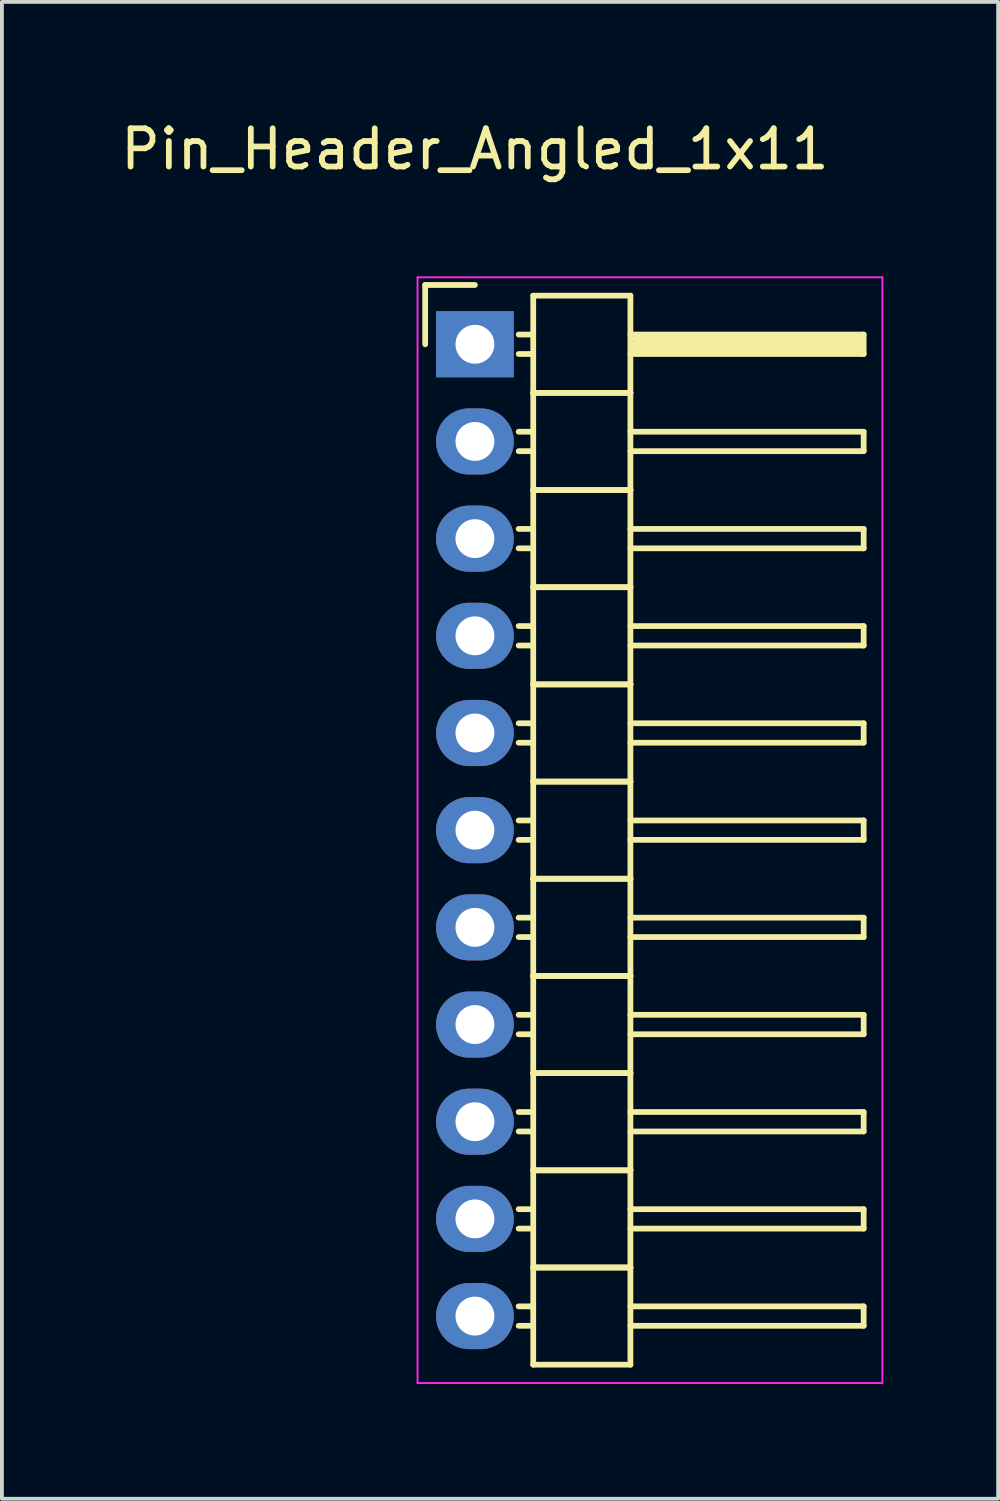
<source format=kicad_pcb>
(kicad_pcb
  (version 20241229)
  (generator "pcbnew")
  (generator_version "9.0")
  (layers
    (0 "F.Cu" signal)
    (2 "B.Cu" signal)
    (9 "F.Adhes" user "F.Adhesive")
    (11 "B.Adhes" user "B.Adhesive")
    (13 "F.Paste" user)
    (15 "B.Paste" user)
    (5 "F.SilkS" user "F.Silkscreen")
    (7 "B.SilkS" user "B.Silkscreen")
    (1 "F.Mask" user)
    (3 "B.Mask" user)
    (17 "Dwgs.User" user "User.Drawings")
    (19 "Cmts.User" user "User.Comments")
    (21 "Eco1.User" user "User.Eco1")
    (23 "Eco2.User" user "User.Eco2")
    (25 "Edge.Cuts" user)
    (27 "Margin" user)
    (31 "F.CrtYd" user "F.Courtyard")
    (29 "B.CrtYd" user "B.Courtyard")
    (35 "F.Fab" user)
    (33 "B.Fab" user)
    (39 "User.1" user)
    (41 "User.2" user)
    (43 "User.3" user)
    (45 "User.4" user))
  (footprint "Pin_Header_Angled_1x11"
    (layer "F.Cu")
    (at 9.363 5.948)
    (property "Reference" "Pin_Header_Angled_1x11" (at 0 -5.1 0) (layer "F.SilkS") (effects (font (size 1 1) (thickness 0.15))))
    (attr through_hole)
    (fp_line (start -1.3 -1.55) (end -1.3 0) (stroke (width 0.15) (type solid)) (layer "F.SilkS"))
    (fp_line (start 0 -1.55) (end -1.3 -1.55) (stroke (width 0.15) (type solid)) (layer "F.SilkS"))
    (fp_line (start 1.524 -1.27) (end 1.524 1.27) (stroke (width 0.15) (type solid)) (layer "F.SilkS"))
    (fp_line (start 1.524 -1.27) (end 4.064 -1.27) (stroke (width 0.15) (type solid)) (layer "F.SilkS"))
    (fp_line (start 1.524 -0.254) (end 1.143 -0.254) (stroke (width 0.15) (type solid)) (layer "F.SilkS"))
    (fp_line (start 1.524 0.254) (end 1.143 0.254) (stroke (width 0.15) (type solid)) (layer "F.SilkS"))
    (fp_line (start 1.524 1.27) (end 1.524 3.81) (stroke (width 0.15) (type solid)) (layer "F.SilkS"))
    (fp_line (start 1.524 1.27) (end 4.064 1.27) (stroke (width 0.15) (type solid)) (layer "F.SilkS"))
    (fp_line (start 1.524 1.27) (end 4.064 1.27) (stroke (width 0.15) (type solid)) (layer "F.SilkS"))
    (fp_line (start 1.524 2.286) (end 1.143 2.286) (stroke (width 0.15) (type solid)) (layer "F.SilkS"))
    (fp_line (start 1.524 2.794) (end 1.143 2.794) (stroke (width 0.15) (type solid)) (layer "F.SilkS"))
    (fp_line (start 1.524 3.81) (end 1.524 6.35) (stroke (width 0.15) (type solid)) (layer "F.SilkS"))
    (fp_line (start 1.524 3.81) (end 4.064 3.81) (stroke (width 0.15) (type solid)) (layer "F.SilkS"))
    (fp_line (start 1.524 3.81) (end 4.064 3.81) (stroke (width 0.15) (type solid)) (layer "F.SilkS"))
    (fp_line (start 1.524 4.826) (end 1.143 4.826) (stroke (width 0.15) (type solid)) (layer "F.SilkS"))
    (fp_line (start 1.524 5.334) (end 1.143 5.334) (stroke (width 0.15) (type solid)) (layer "F.SilkS"))
    (fp_line (start 1.524 6.35) (end 1.524 8.89) (stroke (width 0.15) (type solid)) (layer "F.SilkS"))
    (fp_line (start 1.524 6.35) (end 4.064 6.35) (stroke (width 0.15) (type solid)) (layer "F.SilkS"))
    (fp_line (start 1.524 6.35) (end 4.064 6.35) (stroke (width 0.15) (type solid)) (layer "F.SilkS"))
    (fp_line (start 1.524 7.366) (end 1.143 7.366) (stroke (width 0.15) (type solid)) (layer "F.SilkS"))
    (fp_line (start 1.524 7.874) (end 1.143 7.874) (stroke (width 0.15) (type solid)) (layer "F.SilkS"))
    (fp_line (start 1.524 8.89) (end 1.524 11.43) (stroke (width 0.15) (type solid)) (layer "F.SilkS"))
    (fp_line (start 1.524 8.89) (end 4.064 8.89) (stroke (width 0.15) (type solid)) (layer "F.SilkS"))
    (fp_line (start 1.524 8.89) (end 4.064 8.89) (stroke (width 0.15) (type solid)) (layer "F.SilkS"))
    (fp_line (start 1.524 9.906) (end 1.143 9.906) (stroke (width 0.15) (type solid)) (layer "F.SilkS"))
    (fp_line (start 1.524 10.414) (end 1.143 10.414) (stroke (width 0.15) (type solid)) (layer "F.SilkS"))
    (fp_line (start 1.524 11.43) (end 1.524 13.97) (stroke (width 0.15) (type solid)) (layer "F.SilkS"))
    (fp_line (start 1.524 11.43) (end 4.064 11.43) (stroke (width 0.15) (type solid)) (layer "F.SilkS"))
    (fp_line (start 1.524 11.43) (end 4.064 11.43) (stroke (width 0.15) (type solid)) (layer "F.SilkS"))
    (fp_line (start 1.524 12.446) (end 1.143 12.446) (stroke (width 0.15) (type solid)) (layer "F.SilkS"))
    (fp_line (start 1.524 12.954) (end 1.143 12.954) (stroke (width 0.15) (type solid)) (layer "F.SilkS"))
    (fp_line (start 1.524 13.97) (end 1.524 16.51) (stroke (width 0.15) (type solid)) (layer "F.SilkS"))
    (fp_line (start 1.524 13.97) (end 4.064 13.97) (stroke (width 0.15) (type solid)) (layer "F.SilkS"))
    (fp_line (start 1.524 13.97) (end 4.064 13.97) (stroke (width 0.15) (type solid)) (layer "F.SilkS"))
    (fp_line (start 1.524 14.986) (end 1.143 14.986) (stroke (width 0.15) (type solid)) (layer "F.SilkS"))
    (fp_line (start 1.524 15.494) (end 1.143 15.494) (stroke (width 0.15) (type solid)) (layer "F.SilkS"))
    (fp_line (start 1.524 16.51) (end 1.524 19.05) (stroke (width 0.15) (type solid)) (layer "F.SilkS"))
    (fp_line (start 1.524 16.51) (end 4.064 16.51) (stroke (width 0.15) (type solid)) (layer "F.SilkS"))
    (fp_line (start 1.524 16.51) (end 4.064 16.51) (stroke (width 0.15) (type solid)) (layer "F.SilkS"))
    (fp_line (start 1.524 17.526) (end 1.143 17.526) (stroke (width 0.15) (type solid)) (layer "F.SilkS"))
    (fp_line (start 1.524 18.034) (end 1.143 18.034) (stroke (width 0.15) (type solid)) (layer "F.SilkS"))
    (fp_line (start 1.524 19.05) (end 1.524 21.59) (stroke (width 0.15) (type solid)) (layer "F.SilkS"))
    (fp_line (start 1.524 19.05) (end 4.064 19.05) (stroke (width 0.15) (type solid)) (layer "F.SilkS"))
    (fp_line (start 1.524 19.05) (end 4.064 19.05) (stroke (width 0.15) (type solid)) (layer "F.SilkS"))
    (fp_line (start 1.524 20.066) (end 1.143 20.066) (stroke (width 0.15) (type solid)) (layer "F.SilkS"))
    (fp_line (start 1.524 20.574) (end 1.143 20.574) (stroke (width 0.15) (type solid)) (layer "F.SilkS"))
    (fp_line (start 1.524 21.59) (end 1.524 24.13) (stroke (width 0.15) (type solid)) (layer "F.SilkS"))
    (fp_line (start 1.524 21.59) (end 4.064 21.59) (stroke (width 0.15) (type solid)) (layer "F.SilkS"))
    (fp_line (start 1.524 21.59) (end 4.064 21.59) (stroke (width 0.15) (type solid)) (layer "F.SilkS"))
    (fp_line (start 1.524 22.606) (end 1.143 22.606) (stroke (width 0.15) (type solid)) (layer "F.SilkS"))
    (fp_line (start 1.524 23.114) (end 1.143 23.114) (stroke (width 0.15) (type solid)) (layer "F.SilkS"))
    (fp_line (start 1.524 24.13) (end 1.524 26.67) (stroke (width 0.15) (type solid)) (layer "F.SilkS"))
    (fp_line (start 1.524 24.13) (end 4.064 24.13) (stroke (width 0.15) (type solid)) (layer "F.SilkS"))
    (fp_line (start 1.524 24.13) (end 4.064 24.13) (stroke (width 0.15) (type solid)) (layer "F.SilkS"))
    (fp_line (start 1.524 25.146) (end 1.143 25.146) (stroke (width 0.15) (type solid)) (layer "F.SilkS"))
    (fp_line (start 1.524 25.654) (end 1.143 25.654) (stroke (width 0.15) (type solid)) (layer "F.SilkS"))
    (fp_line (start 1.524 26.67) (end 4.064 26.67) (stroke (width 0.15) (type solid)) (layer "F.SilkS"))
    (fp_line (start 4.064 -0.254) (end 10.16 -0.254) (stroke (width 0.15) (type solid)) (layer "F.SilkS"))
    (fp_line (start 4.064 1.27) (end 4.064 -1.27) (stroke (width 0.15) (type solid)) (layer "F.SilkS"))
    (fp_line (start 4.064 2.286) (end 10.16 2.286) (stroke (width 0.15) (type solid)) (layer "F.SilkS"))
    (fp_line (start 4.064 3.81) (end 4.064 1.27) (stroke (width 0.15) (type solid)) (layer "F.SilkS"))
    (fp_line (start 4.064 4.826) (end 10.16 4.826) (stroke (width 0.15) (type solid)) (layer "F.SilkS"))
    (fp_line (start 4.064 6.35) (end 4.064 3.81) (stroke (width 0.15) (type solid)) (layer "F.SilkS"))
    (fp_line (start 4.064 7.366) (end 10.16 7.366) (stroke (width 0.15) (type solid)) (layer "F.SilkS"))
    (fp_line (start 4.064 8.89) (end 4.064 6.35) (stroke (width 0.15) (type solid)) (layer "F.SilkS"))
    (fp_line (start 4.064 9.906) (end 10.16 9.906) (stroke (width 0.15) (type solid)) (layer "F.SilkS"))
    (fp_line (start 4.064 11.43) (end 4.064 8.89) (stroke (width 0.15) (type solid)) (layer "F.SilkS"))
    (fp_line (start 4.064 12.446) (end 10.16 12.446) (stroke (width 0.15) (type solid)) (layer "F.SilkS"))
    (fp_line (start 4.064 13.97) (end 4.064 11.43) (stroke (width 0.15) (type solid)) (layer "F.SilkS"))
    (fp_line (start 4.064 14.986) (end 10.16 14.986) (stroke (width 0.15) (type solid)) (layer "F.SilkS"))
    (fp_line (start 4.064 16.51) (end 4.064 13.97) (stroke (width 0.15) (type solid)) (layer "F.SilkS"))
    (fp_line (start 4.064 17.526) (end 10.16 17.526) (stroke (width 0.15) (type solid)) (layer "F.SilkS"))
    (fp_line (start 4.064 19.05) (end 4.064 16.51) (stroke (width 0.15) (type solid)) (layer "F.SilkS"))
    (fp_line (start 4.064 20.066) (end 10.16 20.066) (stroke (width 0.15) (type solid)) (layer "F.SilkS"))
    (fp_line (start 4.064 21.59) (end 4.064 19.05) (stroke (width 0.15) (type solid)) (layer "F.SilkS"))
    (fp_line (start 4.064 22.606) (end 10.16 22.606) (stroke (width 0.15) (type solid)) (layer "F.SilkS"))
    (fp_line (start 4.064 24.13) (end 4.064 21.59) (stroke (width 0.15) (type solid)) (layer "F.SilkS"))
    (fp_line (start 4.064 25.146) (end 10.16 25.146) (stroke (width 0.15) (type solid)) (layer "F.SilkS"))
    (fp_line (start 4.064 26.67) (end 4.064 24.13) (stroke (width 0.15) (type solid)) (layer "F.SilkS"))
    (fp_line (start 4.191 -0.127) (end 10.033 -0.127) (stroke (width 0.15) (type solid)) (layer "F.SilkS"))
    (fp_line (start 4.191 0) (end 10.033 0) (stroke (width 0.15) (type solid)) (layer "F.SilkS"))
    (fp_line (start 4.191 0.127) (end 4.191 0) (stroke (width 0.15) (type solid)) (layer "F.SilkS"))
    (fp_line (start 10.033 -0.127) (end 10.033 0.127) (stroke (width 0.15) (type solid)) (layer "F.SilkS"))
    (fp_line (start 10.033 0.127) (end 4.191 0.127) (stroke (width 0.15) (type solid)) (layer "F.SilkS"))
    (fp_line (start 10.16 -0.254) (end 10.16 0.254) (stroke (width 0.15) (type solid)) (layer "F.SilkS"))
    (fp_line (start 10.16 0.254) (end 4.064 0.254) (stroke (width 0.15) (type solid)) (layer "F.SilkS"))
    (fp_line (start 10.16 2.286) (end 10.16 2.794) (stroke (width 0.15) (type solid)) (layer "F.SilkS"))
    (fp_line (start 10.16 2.794) (end 4.064 2.794) (stroke (width 0.15) (type solid)) (layer "F.SilkS"))
    (fp_line (start 10.16 4.826) (end 10.16 5.334) (stroke (width 0.15) (type solid)) (layer "F.SilkS"))
    (fp_line (start 10.16 5.334) (end 4.064 5.334) (stroke (width 0.15) (type solid)) (layer "F.SilkS"))
    (fp_line (start 10.16 7.366) (end 10.16 7.874) (stroke (width 0.15) (type solid)) (layer "F.SilkS"))
    (fp_line (start 10.16 7.874) (end 4.064 7.874) (stroke (width 0.15) (type solid)) (layer "F.SilkS"))
    (fp_line (start 10.16 9.906) (end 10.16 10.414) (stroke (width 0.15) (type solid)) (layer "F.SilkS"))
    (fp_line (start 10.16 10.414) (end 4.064 10.414) (stroke (width 0.15) (type solid)) (layer "F.SilkS"))
    (fp_line (start 10.16 12.446) (end 10.16 12.954) (stroke (width 0.15) (type solid)) (layer "F.SilkS"))
    (fp_line (start 10.16 12.954) (end 4.064 12.954) (stroke (width 0.15) (type solid)) (layer "F.SilkS"))
    (fp_line (start 10.16 14.986) (end 10.16 15.494) (stroke (width 0.15) (type solid)) (layer "F.SilkS"))
    (fp_line (start 10.16 15.494) (end 4.064 15.494) (stroke (width 0.15) (type solid)) (layer "F.SilkS"))
    (fp_line (start 10.16 17.526) (end 10.16 18.034) (stroke (width 0.15) (type solid)) (layer "F.SilkS"))
    (fp_line (start 10.16 18.034) (end 4.064 18.034) (stroke (width 0.15) (type solid)) (layer "F.SilkS"))
    (fp_line (start 10.16 20.066) (end 10.16 20.574) (stroke (width 0.15) (type solid)) (layer "F.SilkS"))
    (fp_line (start 10.16 20.574) (end 4.064 20.574) (stroke (width 0.15) (type solid)) (layer "F.SilkS"))
    (fp_line (start 10.16 22.606) (end 10.16 23.114) (stroke (width 0.15) (type solid)) (layer "F.SilkS"))
    (fp_line (start 10.16 23.114) (end 4.064 23.114) (stroke (width 0.15) (type solid)) (layer "F.SilkS"))
    (fp_line (start 10.16 25.146) (end 10.16 25.654) (stroke (width 0.15) (type solid)) (layer "F.SilkS"))
    (fp_line (start 10.16 25.654) (end 4.064 25.654) (stroke (width 0.15) (type solid)) (layer "F.SilkS"))
    (fp_line (start -1.5 -1.75) (end -1.5 27.15) (stroke (width 0.05) (type solid)) (layer "F.CrtYd"))
    (fp_line (start -1.5 -1.75) (end 10.65 -1.75) (stroke (width 0.05) (type solid)) (layer "F.CrtYd"))
    (fp_line (start -1.5 27.15) (end 10.65 27.15) (stroke (width 0.05) (type solid)) (layer "F.CrtYd"))
    (fp_line (start 10.65 -1.75) (end 10.65 27.15) (stroke (width 0.05) (type solid)) (layer "F.CrtYd"))
    (pad "1" thru_hole rect (at 0 0) (size 2.032 1.727) (drill 1.016) (layers "*.Cu" "*.Mask"))
    (pad "2" thru_hole oval (at 0 2.54) (size 2.032 1.727) (drill 1.016) (layers "*.Cu" "*.Mask"))
    (pad "3" thru_hole oval (at 0 5.08) (size 2.032 1.727) (drill 1.016) (layers "*.Cu" "*.Mask"))
    (pad "4" thru_hole oval (at 0 7.62) (size 2.032 1.727) (drill 1.016) (layers "*.Cu" "*.Mask"))
    (pad "5" thru_hole oval (at 0 10.16) (size 2.032 1.727) (drill 1.016) (layers "*.Cu" "*.Mask"))
    (pad "6" thru_hole oval (at 0 12.7) (size 2.032 1.727) (drill 1.016) (layers "*.Cu" "*.Mask"))
    (pad "7" thru_hole oval (at 0 15.24) (size 2.032 1.727) (drill 1.016) (layers "*.Cu" "*.Mask"))
    (pad "8" thru_hole oval (at 0 17.78) (size 2.032 1.727) (drill 1.016) (layers "*.Cu" "*.Mask"))
    (pad "9" thru_hole oval (at 0 20.32) (size 2.032 1.727) (drill 1.016) (layers "*.Cu" "*.Mask"))
    (pad "10" thru_hole oval (at 0 22.86) (size 2.032 1.727) (drill 1.016) (layers "*.Cu" "*.Mask"))
    (pad "11" thru_hole oval (at 0 25.4) (size 2.032 1.727) (drill 1.016) (layers "*.Cu" "*.Mask")))
  (gr_rect
    (start -3 -3)
    (end 23.038 36.123)
    (stroke (width 0.1) (type default))
    (fill no)
    (layer "Edge.Cuts")))
</source>
